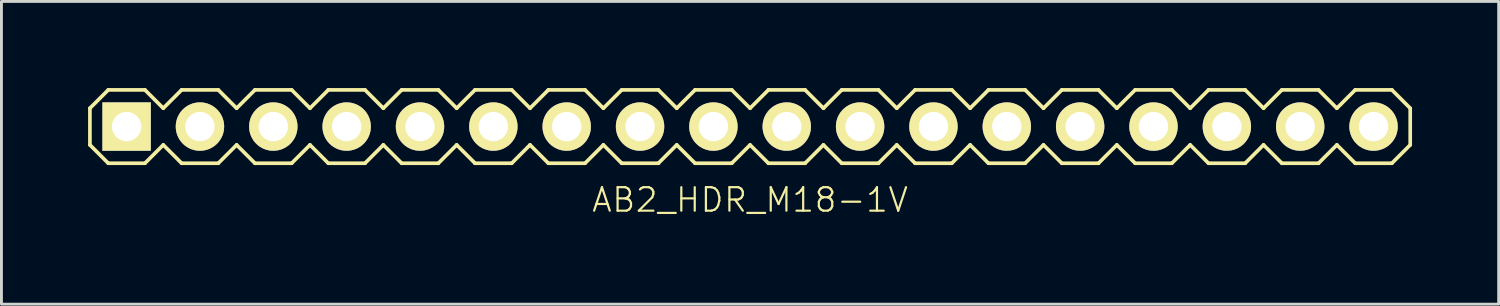
<source format=kicad_pcb>
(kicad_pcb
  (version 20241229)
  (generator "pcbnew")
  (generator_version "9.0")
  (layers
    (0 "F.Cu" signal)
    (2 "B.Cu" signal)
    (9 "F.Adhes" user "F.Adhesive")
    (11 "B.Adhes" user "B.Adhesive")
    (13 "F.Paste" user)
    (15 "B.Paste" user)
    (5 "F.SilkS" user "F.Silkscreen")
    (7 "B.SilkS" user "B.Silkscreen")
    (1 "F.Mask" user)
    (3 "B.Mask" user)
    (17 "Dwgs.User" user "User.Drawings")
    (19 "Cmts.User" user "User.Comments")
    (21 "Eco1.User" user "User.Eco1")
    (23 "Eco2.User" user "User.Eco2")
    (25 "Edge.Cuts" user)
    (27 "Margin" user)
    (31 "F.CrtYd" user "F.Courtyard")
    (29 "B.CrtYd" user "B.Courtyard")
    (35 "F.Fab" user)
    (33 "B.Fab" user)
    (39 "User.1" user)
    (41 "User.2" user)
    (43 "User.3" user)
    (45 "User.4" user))
  (footprint "AB2_HDR_M18-1V"
    (layer "F.Cu")
    (at 22.924 1.333)
    (property "Reference" "AB2_HDR_M18-1V" (at 0 2.54 0) (layer "F.SilkS") (effects (font (size 0.813 0.813) (thickness 0.076))))
    (attr through_hole)
    (fp_line (start -22.86 -0.635) (end -22.225 -1.27) (stroke (width 0.127) (type solid)) (layer "F.SilkS"))
    (fp_line (start -22.86 0.635) (end -22.86 -0.635) (stroke (width 0.127) (type solid)) (layer "F.SilkS"))
    (fp_line (start -22.225 -1.27) (end -20.955 -1.27) (stroke (width 0.127) (type solid)) (layer "F.SilkS"))
    (fp_line (start -22.225 1.27) (end -22.86 0.635) (stroke (width 0.127) (type solid)) (layer "F.SilkS"))
    (fp_line (start -20.955 -1.27) (end -20.32 -0.635) (stroke (width 0.127) (type solid)) (layer "F.SilkS"))
    (fp_line (start -20.955 1.27) (end -22.225 1.27) (stroke (width 0.127) (type solid)) (layer "F.SilkS"))
    (fp_line (start -20.32 -0.635) (end -19.685 -1.27) (stroke (width 0.127) (type solid)) (layer "F.SilkS"))
    (fp_line (start -20.32 0.635) (end -20.955 1.27) (stroke (width 0.127) (type solid)) (layer "F.SilkS"))
    (fp_line (start -19.685 -1.27) (end -18.415 -1.27) (stroke (width 0.127) (type solid)) (layer "F.SilkS"))
    (fp_line (start -19.685 1.27) (end -20.32 0.635) (stroke (width 0.127) (type solid)) (layer "F.SilkS"))
    (fp_line (start -18.415 -1.27) (end -17.78 -0.635) (stroke (width 0.127) (type solid)) (layer "F.SilkS"))
    (fp_line (start -18.415 1.27) (end -19.685 1.27) (stroke (width 0.127) (type solid)) (layer "F.SilkS"))
    (fp_line (start -17.78 -0.635) (end -17.145 -1.27) (stroke (width 0.127) (type solid)) (layer "F.SilkS"))
    (fp_line (start -17.78 0.635) (end -18.415 1.27) (stroke (width 0.127) (type solid)) (layer "F.SilkS"))
    (fp_line (start -17.145 -1.27) (end -15.875 -1.27) (stroke (width 0.127) (type solid)) (layer "F.SilkS"))
    (fp_line (start -17.145 1.27) (end -17.78 0.635) (stroke (width 0.127) (type solid)) (layer "F.SilkS"))
    (fp_line (start -15.875 -1.27) (end -15.24 -0.635) (stroke (width 0.127) (type solid)) (layer "F.SilkS"))
    (fp_line (start -15.875 1.27) (end -17.145 1.27) (stroke (width 0.127) (type solid)) (layer "F.SilkS"))
    (fp_line (start -15.24 -0.635) (end -14.605 -1.27) (stroke (width 0.127) (type solid)) (layer "F.SilkS"))
    (fp_line (start -15.24 0.635) (end -15.875 1.27) (stroke (width 0.127) (type solid)) (layer "F.SilkS"))
    (fp_line (start -14.605 -1.27) (end -13.335 -1.27) (stroke (width 0.127) (type solid)) (layer "F.SilkS"))
    (fp_line (start -14.605 1.27) (end -15.24 0.635) (stroke (width 0.127) (type solid)) (layer "F.SilkS"))
    (fp_line (start -13.335 -1.27) (end -12.7 -0.635) (stroke (width 0.127) (type solid)) (layer "F.SilkS"))
    (fp_line (start -13.335 1.27) (end -14.605 1.27) (stroke (width 0.127) (type solid)) (layer "F.SilkS"))
    (fp_line (start -12.7 -0.635) (end -12.065 -1.27) (stroke (width 0.127) (type solid)) (layer "F.SilkS"))
    (fp_line (start -12.7 0.635) (end -13.335 1.27) (stroke (width 0.127) (type solid)) (layer "F.SilkS"))
    (fp_line (start -12.065 -1.27) (end -10.795 -1.27) (stroke (width 0.127) (type solid)) (layer "F.SilkS"))
    (fp_line (start -12.065 1.27) (end -12.7 0.635) (stroke (width 0.127) (type solid)) (layer "F.SilkS"))
    (fp_line (start -10.795 -1.27) (end -10.16 -0.635) (stroke (width 0.127) (type solid)) (layer "F.SilkS"))
    (fp_line (start -10.795 1.27) (end -12.065 1.27) (stroke (width 0.127) (type solid)) (layer "F.SilkS"))
    (fp_line (start -10.16 -0.635) (end -9.525 -1.27) (stroke (width 0.127) (type solid)) (layer "F.SilkS"))
    (fp_line (start -10.16 0.635) (end -10.795 1.27) (stroke (width 0.127) (type solid)) (layer "F.SilkS"))
    (fp_line (start -9.525 -1.27) (end -8.255 -1.27) (stroke (width 0.127) (type solid)) (layer "F.SilkS"))
    (fp_line (start -9.525 1.27) (end -10.16 0.635) (stroke (width 0.127) (type solid)) (layer "F.SilkS"))
    (fp_line (start -8.255 -1.27) (end -7.62 -0.635) (stroke (width 0.127) (type solid)) (layer "F.SilkS"))
    (fp_line (start -8.255 1.27) (end -9.525 1.27) (stroke (width 0.127) (type solid)) (layer "F.SilkS"))
    (fp_line (start -7.62 -0.635) (end -6.985 -1.27) (stroke (width 0.127) (type solid)) (layer "F.SilkS"))
    (fp_line (start -7.62 0.635) (end -8.255 1.27) (stroke (width 0.127) (type solid)) (layer "F.SilkS"))
    (fp_line (start -6.985 -1.27) (end -5.715 -1.27) (stroke (width 0.127) (type solid)) (layer "F.SilkS"))
    (fp_line (start -6.985 1.27) (end -7.62 0.635) (stroke (width 0.127) (type solid)) (layer "F.SilkS"))
    (fp_line (start -5.715 -1.27) (end -5.08 -0.635) (stroke (width 0.127) (type solid)) (layer "F.SilkS"))
    (fp_line (start -5.715 1.27) (end -6.985 1.27) (stroke (width 0.127) (type solid)) (layer "F.SilkS"))
    (fp_line (start -5.08 -0.635) (end -4.445 -1.27) (stroke (width 0.127) (type solid)) (layer "F.SilkS"))
    (fp_line (start -5.08 0.635) (end -5.715 1.27) (stroke (width 0.127) (type solid)) (layer "F.SilkS"))
    (fp_line (start -4.445 -1.27) (end -3.175 -1.27) (stroke (width 0.127) (type solid)) (layer "F.SilkS"))
    (fp_line (start -4.445 1.27) (end -5.08 0.635) (stroke (width 0.127) (type solid)) (layer "F.SilkS"))
    (fp_line (start -3.175 -1.27) (end -2.54 -0.635) (stroke (width 0.127) (type solid)) (layer "F.SilkS"))
    (fp_line (start -3.175 1.27) (end -4.445 1.27) (stroke (width 0.127) (type solid)) (layer "F.SilkS"))
    (fp_line (start -2.54 -0.635) (end -1.905 -1.27) (stroke (width 0.127) (type solid)) (layer "F.SilkS"))
    (fp_line (start -2.54 0.635) (end -3.175 1.27) (stroke (width 0.127) (type solid)) (layer "F.SilkS"))
    (fp_line (start -1.905 -1.27) (end -0.635 -1.27) (stroke (width 0.127) (type solid)) (layer "F.SilkS"))
    (fp_line (start -1.905 1.27) (end -2.54 0.635) (stroke (width 0.127) (type solid)) (layer "F.SilkS"))
    (fp_line (start -0.635 -1.27) (end 0 -0.635) (stroke (width 0.127) (type solid)) (layer "F.SilkS"))
    (fp_line (start -0.635 1.27) (end -1.905 1.27) (stroke (width 0.127) (type solid)) (layer "F.SilkS"))
    (fp_line (start 0 -0.635) (end 0.635 -1.27) (stroke (width 0.127) (type solid)) (layer "F.SilkS"))
    (fp_line (start 0 0.635) (end -0.635 1.27) (stroke (width 0.127) (type solid)) (layer "F.SilkS"))
    (fp_line (start 0.635 -1.27) (end 1.905 -1.27) (stroke (width 0.127) (type solid)) (layer "F.SilkS"))
    (fp_line (start 0.635 1.27) (end 0 0.635) (stroke (width 0.127) (type solid)) (layer "F.SilkS"))
    (fp_line (start 1.905 -1.27) (end 2.54 -0.635) (stroke (width 0.127) (type solid)) (layer "F.SilkS"))
    (fp_line (start 1.905 1.27) (end 0.635 1.27) (stroke (width 0.127) (type solid)) (layer "F.SilkS"))
    (fp_line (start 2.54 -0.635) (end 3.175 -1.27) (stroke (width 0.127) (type solid)) (layer "F.SilkS"))
    (fp_line (start 2.54 0.635) (end 1.905 1.27) (stroke (width 0.127) (type solid)) (layer "F.SilkS"))
    (fp_line (start 3.175 -1.27) (end 4.445 -1.27) (stroke (width 0.127) (type solid)) (layer "F.SilkS"))
    (fp_line (start 3.175 1.27) (end 2.54 0.635) (stroke (width 0.127) (type solid)) (layer "F.SilkS"))
    (fp_line (start 4.445 -1.27) (end 5.08 -0.635) (stroke (width 0.127) (type solid)) (layer "F.SilkS"))
    (fp_line (start 4.445 1.27) (end 3.175 1.27) (stroke (width 0.127) (type solid)) (layer "F.SilkS"))
    (fp_line (start 5.08 -0.635) (end 5.715 -1.27) (stroke (width 0.127) (type solid)) (layer "F.SilkS"))
    (fp_line (start 5.08 0.635) (end 4.445 1.27) (stroke (width 0.127) (type solid)) (layer "F.SilkS"))
    (fp_line (start 5.715 -1.27) (end 6.985 -1.27) (stroke (width 0.127) (type solid)) (layer "F.SilkS"))
    (fp_line (start 5.715 1.27) (end 5.08 0.635) (stroke (width 0.127) (type solid)) (layer "F.SilkS"))
    (fp_line (start 6.985 -1.27) (end 7.62 -0.635) (stroke (width 0.127) (type solid)) (layer "F.SilkS"))
    (fp_line (start 6.985 1.27) (end 5.715 1.27) (stroke (width 0.127) (type solid)) (layer "F.SilkS"))
    (fp_line (start 7.62 -0.635) (end 8.255 -1.27) (stroke (width 0.127) (type solid)) (layer "F.SilkS"))
    (fp_line (start 7.62 0.635) (end 6.985 1.27) (stroke (width 0.127) (type solid)) (layer "F.SilkS"))
    (fp_line (start 8.255 -1.27) (end 9.525 -1.27) (stroke (width 0.127) (type solid)) (layer "F.SilkS"))
    (fp_line (start 8.255 1.27) (end 7.62 0.635) (stroke (width 0.127) (type solid)) (layer "F.SilkS"))
    (fp_line (start 9.525 -1.27) (end 10.16 -0.635) (stroke (width 0.127) (type solid)) (layer "F.SilkS"))
    (fp_line (start 9.525 1.27) (end 8.255 1.27) (stroke (width 0.127) (type solid)) (layer "F.SilkS"))
    (fp_line (start 10.16 -0.635) (end 10.795 -1.27) (stroke (width 0.127) (type solid)) (layer "F.SilkS"))
    (fp_line (start 10.16 0.635) (end 9.525 1.27) (stroke (width 0.127) (type solid)) (layer "F.SilkS"))
    (fp_line (start 10.795 -1.27) (end 12.065 -1.27) (stroke (width 0.127) (type solid)) (layer "F.SilkS"))
    (fp_line (start 10.795 1.27) (end 10.16 0.635) (stroke (width 0.127) (type solid)) (layer "F.SilkS"))
    (fp_line (start 12.065 -1.27) (end 12.7 -0.635) (stroke (width 0.127) (type solid)) (layer "F.SilkS"))
    (fp_line (start 12.065 1.27) (end 10.795 1.27) (stroke (width 0.127) (type solid)) (layer "F.SilkS"))
    (fp_line (start 12.7 -0.635) (end 13.335 -1.27) (stroke (width 0.127) (type solid)) (layer "F.SilkS"))
    (fp_line (start 12.7 0.635) (end 12.065 1.27) (stroke (width 0.127) (type solid)) (layer "F.SilkS"))
    (fp_line (start 13.335 -1.27) (end 14.605 -1.27) (stroke (width 0.127) (type solid)) (layer "F.SilkS"))
    (fp_line (start 13.335 1.27) (end 12.7 0.635) (stroke (width 0.127) (type solid)) (layer "F.SilkS"))
    (fp_line (start 14.605 -1.27) (end 15.24 -0.635) (stroke (width 0.127) (type solid)) (layer "F.SilkS"))
    (fp_line (start 14.605 1.27) (end 13.335 1.27) (stroke (width 0.127) (type solid)) (layer "F.SilkS"))
    (fp_line (start 15.24 -0.635) (end 15.875 -1.27) (stroke (width 0.127) (type solid)) (layer "F.SilkS"))
    (fp_line (start 15.24 0.635) (end 14.605 1.27) (stroke (width 0.127) (type solid)) (layer "F.SilkS"))
    (fp_line (start 15.875 -1.27) (end 17.145 -1.27) (stroke (width 0.127) (type solid)) (layer "F.SilkS"))
    (fp_line (start 15.875 1.27) (end 15.24 0.635) (stroke (width 0.127) (type solid)) (layer "F.SilkS"))
    (fp_line (start 17.145 -1.27) (end 17.78 -0.635) (stroke (width 0.127) (type solid)) (layer "F.SilkS"))
    (fp_line (start 17.145 1.27) (end 15.875 1.27) (stroke (width 0.127) (type solid)) (layer "F.SilkS"))
    (fp_line (start 17.78 -0.635) (end 18.415 -1.27) (stroke (width 0.127) (type solid)) (layer "F.SilkS"))
    (fp_line (start 17.78 0.635) (end 17.145 1.27) (stroke (width 0.127) (type solid)) (layer "F.SilkS"))
    (fp_line (start 18.415 -1.27) (end 19.685 -1.27) (stroke (width 0.127) (type solid)) (layer "F.SilkS"))
    (fp_line (start 18.415 1.27) (end 17.78 0.635) (stroke (width 0.127) (type solid)) (layer "F.SilkS"))
    (fp_line (start 19.685 -1.27) (end 20.32 -0.635) (stroke (width 0.127) (type solid)) (layer "F.SilkS"))
    (fp_line (start 19.685 1.27) (end 18.415 1.27) (stroke (width 0.127) (type solid)) (layer "F.SilkS"))
    (fp_line (start 20.32 -0.635) (end 20.955 -1.27) (stroke (width 0.127) (type solid)) (layer "F.SilkS"))
    (fp_line (start 20.32 0.635) (end 19.685 1.27) (stroke (width 0.127) (type solid)) (layer "F.SilkS"))
    (fp_line (start 20.955 -1.27) (end 22.225 -1.27) (stroke (width 0.127) (type solid)) (layer "F.SilkS"))
    (fp_line (start 20.955 1.27) (end 20.32 0.635) (stroke (width 0.127) (type solid)) (layer "F.SilkS"))
    (fp_line (start 22.225 -1.27) (end 22.86 -0.635) (stroke (width 0.127) (type solid)) (layer "F.SilkS"))
    (fp_line (start 22.225 1.27) (end 20.955 1.27) (stroke (width 0.127) (type solid)) (layer "F.SilkS"))
    (fp_line (start 22.86 -0.635) (end 22.86 0.635) (stroke (width 0.127) (type solid)) (layer "F.SilkS"))
    (fp_line (start 22.86 0.635) (end 22.225 1.27) (stroke (width 0.127) (type solid)) (layer "F.SilkS"))
    (pad "1" thru_hole rect (at -21.59 0) (size 1.676 1.676) (drill 1.016) (layers "*.Cu" "*.Mask" "F.SilkS"))
    (pad "2" thru_hole circle (at -19.05 0) (size 1.676 1.676) (drill 1.016) (layers "*.Cu" "*.Mask" "F.SilkS"))
    (pad "3" thru_hole circle (at -16.51 0) (size 1.676 1.676) (drill 1.016) (layers "*.Cu" "*.Mask" "F.SilkS"))
    (pad "4" thru_hole circle (at -13.97 0) (size 1.676 1.676) (drill 1.016) (layers "*.Cu" "*.Mask" "F.SilkS"))
    (pad "5" thru_hole circle (at -11.43 0) (size 1.676 1.676) (drill 1.016) (layers "*.Cu" "*.Mask" "F.SilkS"))
    (pad "6" thru_hole circle (at -8.89 0) (size 1.676 1.676) (drill 1.016) (layers "*.Cu" "*.Mask" "F.SilkS"))
    (pad "7" thru_hole circle (at -6.35 0) (size 1.676 1.676) (drill 1.016) (layers "*.Cu" "*.Mask" "F.SilkS"))
    (pad "8" thru_hole circle (at -3.81 0) (size 1.676 1.676) (drill 1.016) (layers "*.Cu" "*.Mask" "F.SilkS"))
    (pad "9" thru_hole circle (at -1.27 0) (size 1.676 1.676) (drill 1.016) (layers "*.Cu" "*.Mask" "F.SilkS"))
    (pad "10" thru_hole circle (at 1.27 0) (size 1.676 1.676) (drill 1.016) (layers "*.Cu" "*.Mask" "F.SilkS"))
    (pad "11" thru_hole circle (at 3.81 0) (size 1.676 1.676) (drill 1.016) (layers "*.Cu" "*.Mask" "F.SilkS"))
    (pad "12" thru_hole circle (at 6.35 0) (size 1.676 1.676) (drill 1.016) (layers "*.Cu" "*.Mask" "F.SilkS"))
    (pad "13" thru_hole circle (at 8.89 0) (size 1.676 1.676) (drill 1.016) (layers "*.Cu" "*.Mask" "F.SilkS"))
    (pad "14" thru_hole circle (at 11.43 0) (size 1.676 1.676) (drill 1.016) (layers "*.Cu" "*.Mask" "F.SilkS"))
    (pad "15" thru_hole circle (at 13.97 0) (size 1.676 1.676) (drill 1.016) (layers "*.Cu" "*.Mask" "F.SilkS"))
    (pad "16" thru_hole circle (at 16.51 0) (size 1.676 1.676) (drill 1.016) (layers "*.Cu" "*.Mask" "F.SilkS"))
    (pad "17" thru_hole circle (at 19.05 0) (size 1.676 1.676) (drill 1.016) (layers "*.Cu" "*.Mask" "F.SilkS"))
    (pad "18" thru_hole circle (at 21.59 0) (size 1.676 1.676) (drill 1.016) (layers "*.Cu" "*.Mask" "F.SilkS")))
  (gr_rect
    (start -3 -3)
    (end 48.847 7.483)
    (stroke (width 0.1) (type default))
    (fill no)
    (layer "Edge.Cuts")))
</source>
